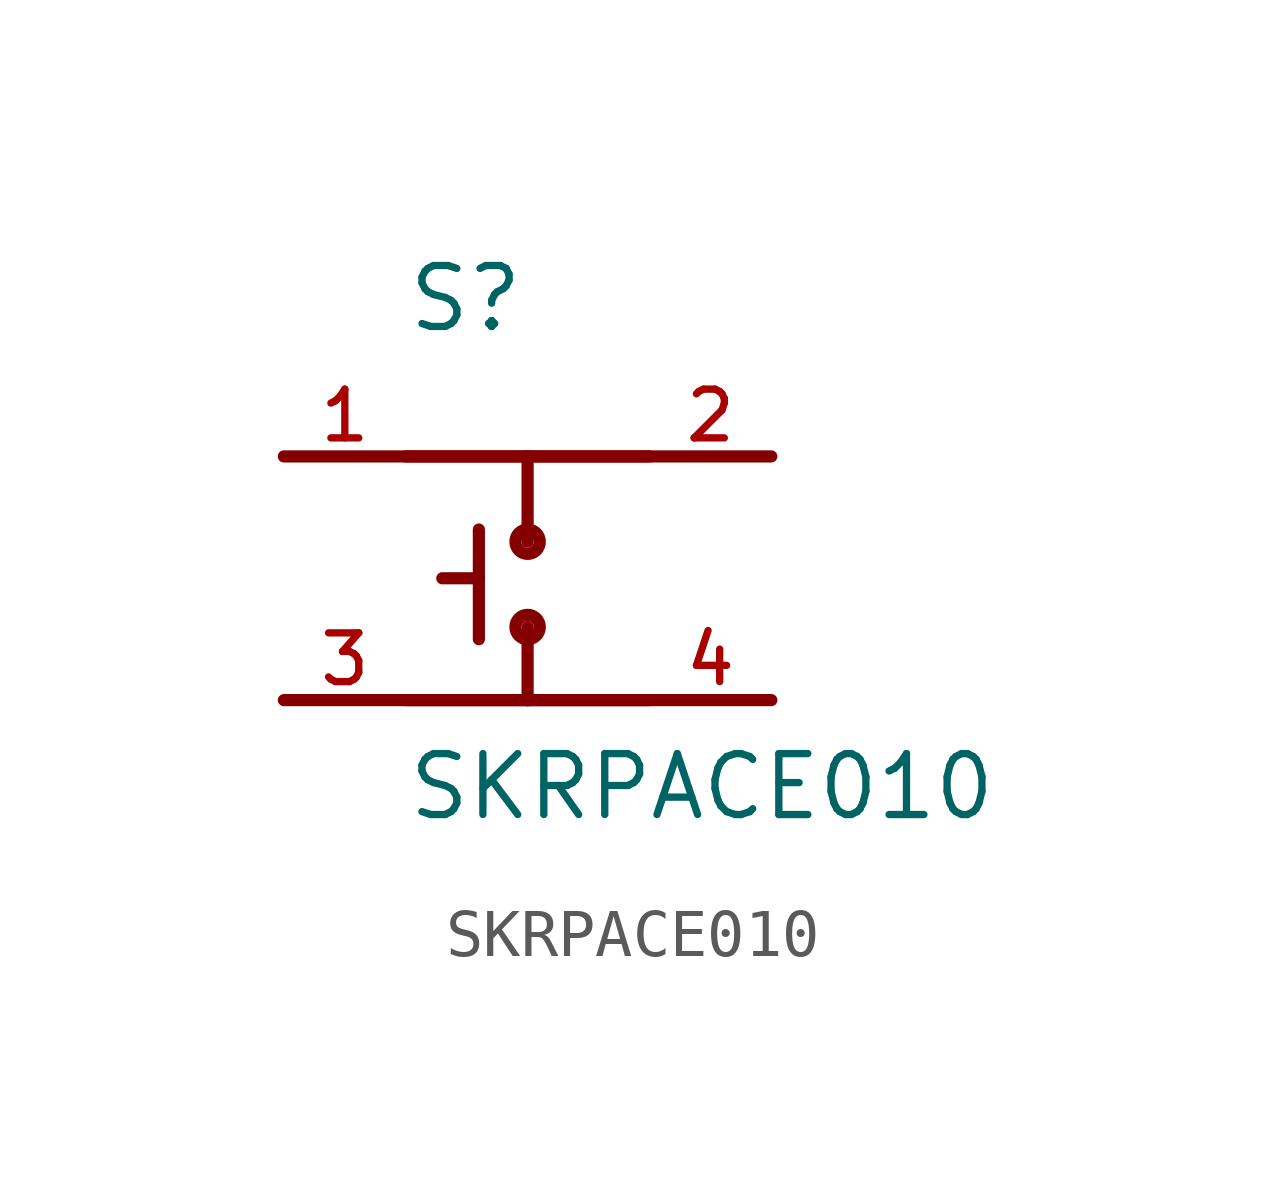
<source format=kicad_sym>
(kicad_symbol_lib
  (version 20211014)
  (generator kicad_symbol_editor)
  (symbol "SKRPACE010"
    (pin_names
      (offset 1.016))
    (property "Reference" "S"
      (at -2.543 5.086 0)
      (effects (font (size 1.27 1.27)) (justify bottom left)))
    (property "Value" "SKRPACE010"
      (at -2.544 -5.088 0)
      (effects (font (size 1.27 1.27)) (justify bottom left)))
    (symbol "SKRPACE010_0_0"
      (polyline (pts (xy -2.54 2.54) (xy 0.0 2.54)) (stroke (width 0.254)))
      (polyline (pts (xy 0.0 2.54) (xy 2.54 2.54)) (stroke (width 0.254)))
      (polyline (pts (xy -2.54 -2.54) (xy 0.0 -2.54)) (stroke (width 0.254)))
      (circle (center 0.0 -1.016) (radius 0.254) (stroke (width 0.254)) (fill (type none)))
      (circle (center 0.0 0.762) (radius 0.254) (stroke (width 0.254)) (fill (type none)))
      (polyline (pts (xy 0.0 -2.54) (xy 2.54 -2.54)) (stroke (width 0.254)))
      (polyline (pts (xy 0.0 0.762) (xy 0.0 2.54)) (stroke (width 0.254)))
      (polyline (pts (xy 0.0 -1.016) (xy 0.0 -2.54)) (stroke (width 0.254)))
      (polyline (pts (xy -1.016 1.016) (xy -1.016 0.0)) (stroke (width 0.254)))
      (polyline (pts (xy -1.016 0.0) (xy -1.016 -1.27)) (stroke (width 0.254)))
      (polyline (pts (xy -1.016 0.0) (xy -1.778 0.0)) (stroke (width 0.254)))
      (polyline (pts (xy 5.08 -2.54) (xy -5.08 -2.54)) (stroke (width 0.254)))
      (polyline (pts (xy -5.08 2.54) (xy 5.08 2.54)) (stroke (width 0.254)))
      (pin bidirectional line (at -5.08 2.54 0) (length 2.54) (name "~" (effects (font (size 1.016 1.016)))) (number "1" (effects (font (size 1.016 1.016)))))
      (pin bidirectional line (at -5.08 -2.54 0) (length 2.54) (name "~" (effects (font (size 1.016 1.016)))) (number "3" (effects (font (size 1.016 1.016)))))
      (pin bidirectional line (at 5.08 -2.54 180.0) (length 2.54) (name "~" (effects (font (size 1.016 1.016)))) (number "4" (effects (font (size 1.016 1.016)))))
      (pin bidirectional line (at 5.08 2.54 180.0) (length 2.54) (name "~" (effects (font (size 1.016 1.016)))) (number "2" (effects (font (size 1.016 1.016))))))))
</source>
